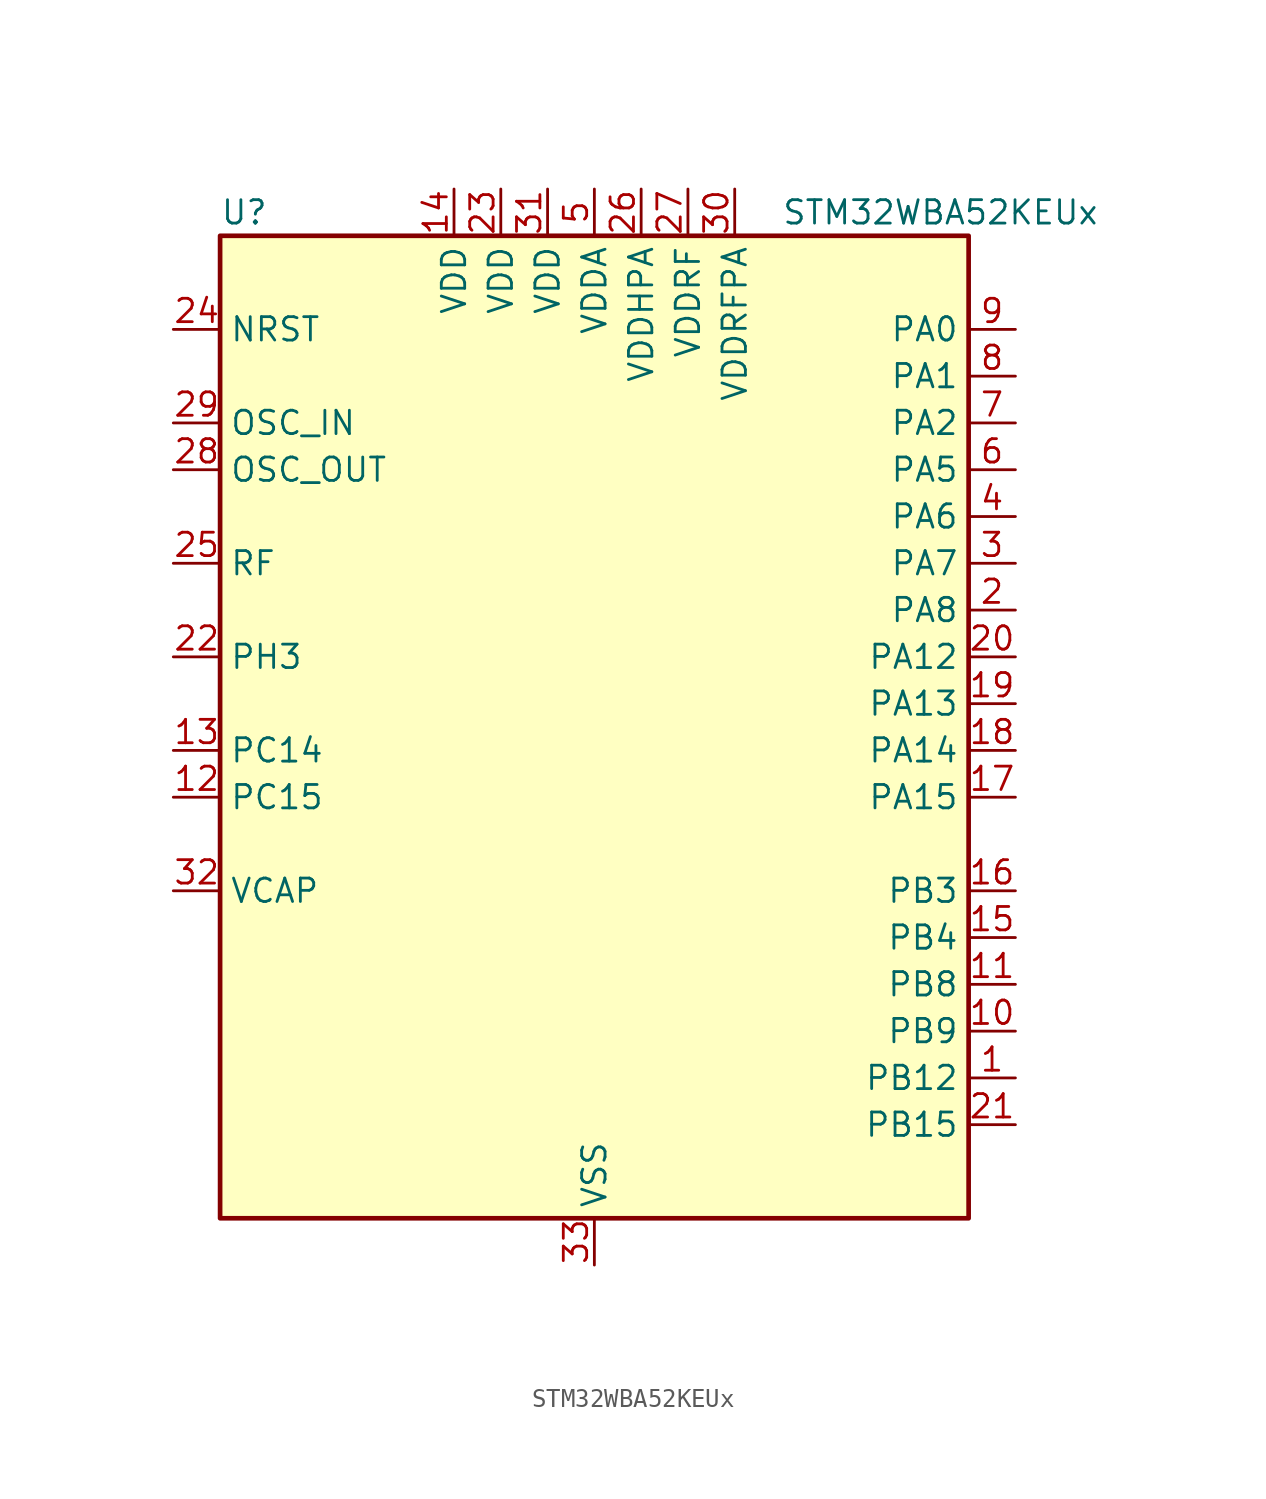
<source format=kicad_sym>
(kicad_symbol_lib
  (version 20231120)
  (generator "kicad-library-utils")
  (generator_version "8.0")
  (symbol "STM32WBA52KEUx"
    (property "Reference" "U"
      (at -20.32 29.21 0)
      (effects (font (size 1.27 1.27)) (justify left)))
    (property "Value" "STM32WBA52KEUx"
      (at 10.16 29.21 0)
      (effects (font (size 1.27 1.27)) (justify left)))
    (symbol "STM32WBA52KEUx_0_1"
      (rectangle (start -20.32 -25.4) (end 20.32 27.94) (stroke (width 0.254) (type default)) (fill (type background))))
    (symbol "STM32WBA52KEUx_1_1"
      (pin bidirectional line (at 22.86 -17.78 180) (length 2.54) (name "PB12" (effects (font (size 1.27 1.27)))) (number "1" (effects (font (size 1.27 1.27)))) (alternate "SPI1_RDY" bidirectional line) (alternate "TIM2_CH1" bidirectional line) (alternate "TIM2_ETR" bidirectional line) (alternate "TIM3_ETR" bidirectional line) (alternate "TSC_SYNC" bidirectional line) (alternate "USART1_TX" bidirectional line))
      (pin bidirectional line (at 22.86 -15.24 180) (length 2.54) (name "PB9" (effects (font (size 1.27 1.27)))) (number "10" (effects (font (size 1.27 1.27)))) (alternate "ADC4_IN10" bidirectional line) (alternate "IR_OUT" bidirectional line) (alternate "LPTIM2_IN1" bidirectional line) (alternate "LPUART1_DE" bidirectional line) (alternate "LPUART1_RTS" bidirectional line) (alternate "PWR_WKUP8" bidirectional line) (alternate "SPI3_MISO" bidirectional line) (alternate "TIM16_CH1" bidirectional line) (alternate "TIM1_CH3N" bidirectional line) (alternate "TIM3_CH4" bidirectional line) (alternate "TSC_G2_IO3" bidirectional line))
      (pin bidirectional line (at 22.86 -12.7 180) (length 2.54) (name "PB8" (effects (font (size 1.27 1.27)))) (number "11" (effects (font (size 1.27 1.27)))) (alternate "LPTIM1_ETR" bidirectional line) (alternate "PWR_PVD_IN" bidirectional line) (alternate "SPI3_MOSI" bidirectional line) (alternate "TIM16_CH1N" bidirectional line) (alternate "TIM1_CH1" bidirectional line) (alternate "TIM3_ETR" bidirectional line) (alternate "TSC_G2_IO4" bidirectional line) (alternate "USART2_RX" bidirectional line))
      (pin bidirectional line (at -22.86 -2.54 0) (length 2.54) (name "PC15" (effects (font (size 1.27 1.27)))) (number "12" (effects (font (size 1.27 1.27)))) (alternate "ADC4_EXTI15" bidirectional line) (alternate "RCC_OSC32_OUT" bidirectional line))
      (pin bidirectional line (at -22.86 0 0) (length 2.54) (name "PC14" (effects (font (size 1.27 1.27)))) (number "13" (effects (font (size 1.27 1.27)))) (alternate "RCC_OSC32_IN" bidirectional line))
      (pin power_in line (at -7.62 30.48 270) (length 2.54) (name "VDD" (effects (font (size 1.27 1.27)))) (number "14" (effects (font (size 1.27 1.27)))))
      (pin bidirectional line (at 22.86 -10.16 180) (length 2.54) (name "PB4" (effects (font (size 1.27 1.27)))) (number "15" (effects (font (size 1.27 1.27)))) (alternate "DEBUG_JTRST" bidirectional line) (alternate "LPTIM2_IN2" bidirectional line) (alternate "SPI1_SCK" bidirectional line) (alternate "TIM17_CH1" bidirectional line) (alternate "TIM1_CH3" bidirectional line) (alternate "TSC_G3_IO1" bidirectional line) (alternate "USART2_RX" bidirectional line))
      (pin bidirectional line (at 22.86 -7.62 180) (length 2.54) (name "PB3" (effects (font (size 1.27 1.27)))) (number "16" (effects (font (size 1.27 1.27)))) (alternate "DEBUG_JTDO-SWO" bidirectional line) (alternate "I2C1_SDA" bidirectional line) (alternate "LPTIM1_IN2" bidirectional line) (alternate "SPI1_MISO" bidirectional line) (alternate "TIM17_CH1N" bidirectional line) (alternate "TIM1_CH4" bidirectional line) (alternate "TSC_G3_IO2" bidirectional line) (alternate "USART2_CK" bidirectional line))
      (pin bidirectional line (at 22.86 -2.54 180) (length 2.54) (name "PA15" (effects (font (size 1.27 1.27)))) (number "17" (effects (font (size 1.27 1.27)))) (alternate "ADC4_EXTI15" bidirectional line) (alternate "DEBUG_JTDI" bidirectional line) (alternate "I2C1_SCL" bidirectional line) (alternate "LPTIM1_CH2" bidirectional line) (alternate "SPI1_MOSI" bidirectional line) (alternate "TIM17_BKIN" bidirectional line) (alternate "TIM1_ETR" bidirectional line) (alternate "TSC_G3_IO3" bidirectional line) (alternate "USART2_DE" bidirectional line) (alternate "USART2_RTS" bidirectional line))
      (pin bidirectional line (at 22.86 0 180) (length 2.54) (name "PA14" (effects (font (size 1.27 1.27)))) (number "18" (effects (font (size 1.27 1.27)))) (alternate "DEBUG_JTCK-SWCLK" bidirectional line) (alternate "TAMP_IN3" bidirectional line) (alternate "TAMP_OUT6" bidirectional line) (alternate "USART2_TX" bidirectional line))
      (pin bidirectional line (at 22.86 2.54 180) (length 2.54) (name "PA13" (effects (font (size 1.27 1.27)))) (number "19" (effects (font (size 1.27 1.27)))) (alternate "DEBUG_JTMS-SWDIO" bidirectional line) (alternate "IR_OUT" bidirectional line))
      (pin bidirectional line (at 22.86 7.62 180) (length 2.54) (name "PA8" (effects (font (size 1.27 1.27)))) (number "2" (effects (font (size 1.27 1.27)))) (alternate "ADC4_IN1" bidirectional line) (alternate "LPTIM1_CH2" bidirectional line) (alternate "RCC_MCO" bidirectional line) (alternate "SPI3_RDY" bidirectional line) (alternate "TIM2_CH2" bidirectional line) (alternate "TSC_G1_IO1" bidirectional line) (alternate "USART1_RX" bidirectional line))
      (pin bidirectional line (at 22.86 5.08 180) (length 2.54) (name "PA12" (effects (font (size 1.27 1.27)))) (number "20" (effects (font (size 1.27 1.27)))) (alternate "PWR_WKUP6" bidirectional line) (alternate "RF_ANTSW0" bidirectional line) (alternate "SPI1_NSS" bidirectional line) (alternate "TIM1_CH2" bidirectional line) (alternate "TSC_G3_IO4" bidirectional line) (alternate "USART2_TX" bidirectional line))
      (pin bidirectional line (at 22.86 -20.32 180) (length 2.54) (name "PB15" (effects (font (size 1.27 1.27)))) (number "21" (effects (font (size 1.27 1.27)))) (alternate "ADC4_EXTI15" bidirectional line) (alternate "I2C1_SMBA" bidirectional line) (alternate "I2C3_SMBA" bidirectional line) (alternate "LPUART1_CTS" bidirectional line) (alternate "TIM16_BKIN" bidirectional line) (alternate "TIM1_BKIN2" bidirectional line) (alternate "USART2_CTS" bidirectional line))
      (pin bidirectional line (at -22.86 5.08 0) (length 2.54) (name "PH3" (effects (font (size 1.27 1.27)))) (number "22" (effects (font (size 1.27 1.27)))) (alternate "TAMP_IN2" bidirectional line) (alternate "TAMP_OUT1" bidirectional line))
      (pin power_in line (at -5.08 30.48 270) (length 2.54) (name "VDD" (effects (font (size 1.27 1.27)))) (number "23" (effects (font (size 1.27 1.27)))))
      (pin input line (at -22.86 22.86 0) (length 2.54) (name "NRST" (effects (font (size 1.27 1.27)))) (number "24" (effects (font (size 1.27 1.27)))))
      (pin bidirectional line (at -22.86 10.16 0) (length 2.54) (name "RF" (effects (font (size 1.27 1.27)))) (number "25" (effects (font (size 1.27 1.27)))))
      (pin power_in line (at 2.54 30.48 270) (length 2.54) (name "VDDHPA" (effects (font (size 1.27 1.27)))) (number "26" (effects (font (size 1.27 1.27)))))
      (pin power_in line (at 5.08 30.48 270) (length 2.54) (name "VDDRF" (effects (font (size 1.27 1.27)))) (number "27" (effects (font (size 1.27 1.27)))))
      (pin input line (at -22.86 15.24 0) (length 2.54) (name "OSC_OUT" (effects (font (size 1.27 1.27)))) (number "28" (effects (font (size 1.27 1.27)))) (alternate "RCC_OSC_OUT" bidirectional line))
      (pin input line (at -22.86 17.78 0) (length 2.54) (name "OSC_IN" (effects (font (size 1.27 1.27)))) (number "29" (effects (font (size 1.27 1.27)))) (alternate "RCC_OSC_IN" bidirectional line))
      (pin bidirectional line (at 22.86 10.16 180) (length 2.54) (name "PA7" (effects (font (size 1.27 1.27)))) (number "3" (effects (font (size 1.27 1.27)))) (alternate "ADC4_IN2" bidirectional line) (alternate "I2C3_SDA" bidirectional line) (alternate "PWR_WKUP8" bidirectional line) (alternate "TAMP_IN1" bidirectional line) (alternate "TAMP_OUT2" bidirectional line) (alternate "TIM2_CH3" bidirectional line) (alternate "TSC_G1_IO2" bidirectional line) (alternate "USART1_CTS" bidirectional line))
      (pin power_in line (at 7.62 30.48 270) (length 2.54) (name "VDDRFPA" (effects (font (size 1.27 1.27)))) (number "30" (effects (font (size 1.27 1.27)))))
      (pin power_in line (at -2.54 30.48 270) (length 2.54) (name "VDD" (effects (font (size 1.27 1.27)))) (number "31" (effects (font (size 1.27 1.27)))))
      (pin power_out line (at -22.86 -7.62 0) (length 2.54) (name "VCAP" (effects (font (size 1.27 1.27)))) (number "32" (effects (font (size 1.27 1.27)))))
      (pin power_in line (at 0 -27.94 90) (length 2.54) (name "VSS" (effects (font (size 1.27 1.27)))) (number "33" (effects (font (size 1.27 1.27)))))
      (pin bidirectional line (at 22.86 12.7 180) (length 2.54) (name "PA6" (effects (font (size 1.27 1.27)))) (number "4" (effects (font (size 1.27 1.27)))) (alternate "ADC4_IN3" bidirectional line) (alternate "I2C3_SCL" bidirectional line) (alternate "PWR_CSTOP" bidirectional line) (alternate "PWR_WKUP7" bidirectional line) (alternate "SPI3_RDY" bidirectional line) (alternate "TIM2_CH4" bidirectional line) (alternate "TSC_G1_IO3" bidirectional line) (alternate "USART1_DE" bidirectional line) (alternate "USART1_RTS" bidirectional line))
      (pin power_in line (at 0 30.48 270) (length 2.54) (name "VDDA" (effects (font (size 1.27 1.27)))) (number "5" (effects (font (size 1.27 1.27)))))
      (pin bidirectional line (at 22.86 15.24 180) (length 2.54) (name "PA5" (effects (font (size 1.27 1.27)))) (number "6" (effects (font (size 1.27 1.27)))) (alternate "ADC4_IN4" bidirectional line) (alternate "LPTIM2_ETR" bidirectional line) (alternate "PWR_CSLEEP" bidirectional line) (alternate "PWR_WKUP6" bidirectional line) (alternate "SPI3_NSS" bidirectional line) (alternate "TIM2_CH1" bidirectional line) (alternate "TIM2_ETR" bidirectional line) (alternate "TSC_G1_IO4" bidirectional line) (alternate "USART1_CK" bidirectional line))
      (pin bidirectional line (at 22.86 17.78 180) (length 2.54) (name "PA2" (effects (font (size 1.27 1.27)))) (number "7" (effects (font (size 1.27 1.27)))) (alternate "ADC4_IN7" bidirectional line) (alternate "LPUART1_TX" bidirectional line) (alternate "PWR_WKUP4" bidirectional line) (alternate "RCC_LSCO" bidirectional line) (alternate "TIM16_CH1" bidirectional line) (alternate "TIM1_BKIN" bidirectional line) (alternate "TIM3_CH1" bidirectional line) (alternate "TSC_G4_IO4" bidirectional line) (alternate "USART1_DE" bidirectional line) (alternate "USART1_RTS" bidirectional line))
      (pin bidirectional line (at 22.86 20.32 180) (length 2.54) (name "PA1" (effects (font (size 1.27 1.27)))) (number "8" (effects (font (size 1.27 1.27)))) (alternate "ADC4_IN8" bidirectional line) (alternate "LPTIM2_CH2" bidirectional line) (alternate "LPUART1_RX" bidirectional line) (alternate "PWR_WKUP3" bidirectional line) (alternate "SPI1_RDY" bidirectional line) (alternate "TIM17_CH1" bidirectional line) (alternate "TIM1_CH1N" bidirectional line) (alternate "TIM3_CH2" bidirectional line) (alternate "TSC_G2_IO1" bidirectional line) (alternate "USART1_CK" bidirectional line))
      (pin bidirectional line (at 22.86 22.86 180) (length 2.54) (name "PA0" (effects (font (size 1.27 1.27)))) (number "9" (effects (font (size 1.27 1.27)))) (alternate "ADC4_IN9" bidirectional line) (alternate "LPTIM1_IN1" bidirectional line) (alternate "LPUART1_CTS" bidirectional line) (alternate "PWR_WKUP1" bidirectional line) (alternate "SPI3_SCK" bidirectional line) (alternate "TIM1_CH2N" bidirectional line) (alternate "TIM3_CH3" bidirectional line) (alternate "TIM3_ETR" bidirectional line) (alternate "TSC_G2_IO2" bidirectional line)))))
</source>
